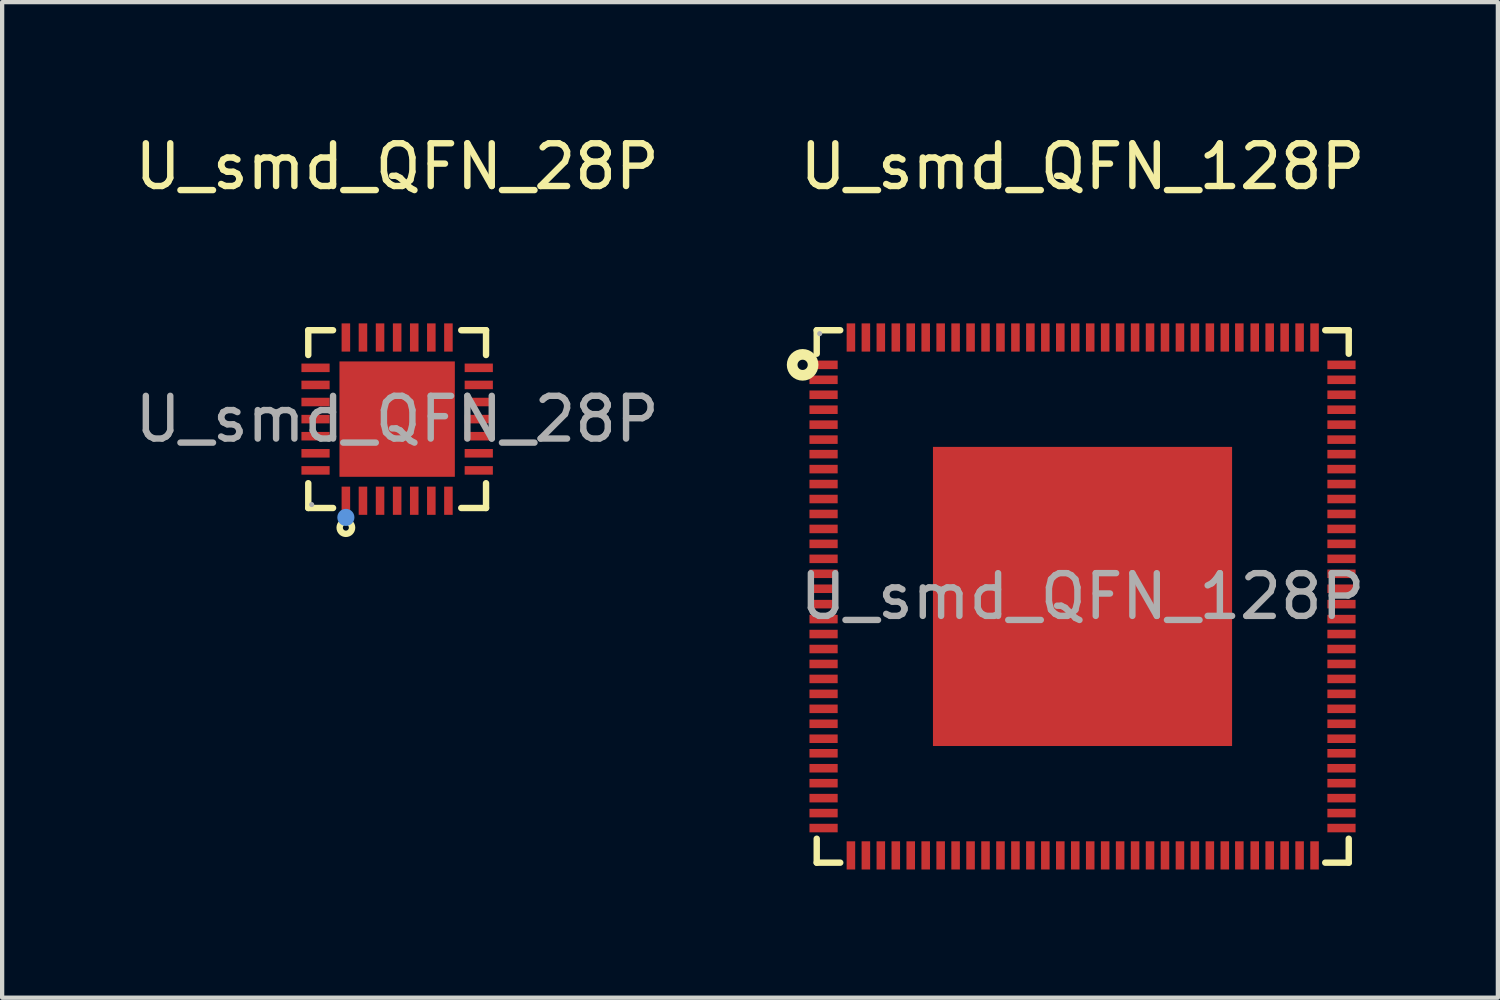
<source format=kicad_pcb>
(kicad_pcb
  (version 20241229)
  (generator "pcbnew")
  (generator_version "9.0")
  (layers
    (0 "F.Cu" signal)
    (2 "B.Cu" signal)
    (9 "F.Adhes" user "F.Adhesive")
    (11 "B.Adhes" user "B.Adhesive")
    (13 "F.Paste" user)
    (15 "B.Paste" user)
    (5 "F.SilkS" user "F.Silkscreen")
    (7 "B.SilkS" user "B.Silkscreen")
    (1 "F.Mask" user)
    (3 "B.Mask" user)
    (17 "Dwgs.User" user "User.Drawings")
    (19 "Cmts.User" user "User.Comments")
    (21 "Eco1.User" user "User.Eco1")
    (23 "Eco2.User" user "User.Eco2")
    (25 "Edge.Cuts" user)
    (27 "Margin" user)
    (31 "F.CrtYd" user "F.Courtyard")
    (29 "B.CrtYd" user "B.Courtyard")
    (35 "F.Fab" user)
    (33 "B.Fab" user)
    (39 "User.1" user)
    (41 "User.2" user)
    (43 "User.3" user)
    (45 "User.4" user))
  (footprint "U_smd_QFN_28P"
    (layer "F.Cu")
    (at 6.244 6.758)
    (property "Reference" "U_smd_QFN_28P" (at 0 -5.91 0) (layer "F.SilkS") (effects (font (size 1 1) (thickness 0.15))))
    (attr smd)
    (fp_line (start -2.08 -2.08) (end -1.5 -2.08) (stroke (width 0.15) (type solid)) (layer "F.SilkS"))
    (fp_line (start -2.08 -1.5) (end -2.08 -2.08) (stroke (width 0.15) (type solid)) (layer "F.SilkS"))
    (fp_line (start -2.08 1.5) (end -2.08 2.08) (stroke (width 0.15) (type solid)) (layer "F.SilkS"))
    (fp_line (start -2.08 2.08) (end -1.5 2.08) (stroke (width 0.15) (type solid)) (layer "F.SilkS"))
    (fp_line (start 2.08 -2.08) (end 1.5 -2.08) (stroke (width 0.15) (type solid)) (layer "F.SilkS"))
    (fp_line (start 2.08 -1.5) (end 2.08 -2.08) (stroke (width 0.15) (type solid)) (layer "F.SilkS"))
    (fp_line (start 2.08 1.5) (end 2.08 2.08) (stroke (width 0.15) (type solid)) (layer "F.SilkS"))
    (fp_line (start 2.08 2.08) (end 1.5 2.08) (stroke (width 0.15) (type solid)) (layer "F.SilkS"))
    (fp_circle (center -1.2 2.54) (end -1.13 2.54) (stroke (width 0.15) (type solid)) (fill no) (layer "F.SilkS"))
    (fp_circle (center -1.2 2.3) (end -1.1 2.3) (stroke (width 0.2) (type solid)) (fill no) (layer "Cmts.User"))
    (fp_circle (center -2 2) (end -1.97 2) (stroke (width 0.06) (type solid)) (fill no) (layer "F.Fab"))
    (fp_text user "${REFERENCE}" (at 0 0 0) (layer "F.Fab") (effects (font (size 1 1) (thickness 0.15))))
    (pad "1" smd rect (at -1.2 1.91) (size 0.2 0.66) (layers "F.Cu" "F.Mask" "F.Paste"))
    (pad "2" smd rect (at -0.8 1.91) (size 0.2 0.66) (layers "F.Cu" "F.Mask" "F.Paste"))
    (pad "3" smd rect (at -0.4 1.91) (size 0.2 0.66) (layers "F.Cu" "F.Mask" "F.Paste"))
    (pad "4" smd rect (at 0 1.91) (size 0.2 0.66) (layers "F.Cu" "F.Mask" "F.Paste"))
    (pad "5" smd rect (at 0.4 1.91) (size 0.2 0.66) (layers "F.Cu" "F.Mask" "F.Paste"))
    (pad "6" smd rect (at 0.8 1.91) (size 0.2 0.66) (layers "F.Cu" "F.Mask" "F.Paste"))
    (pad "7" smd rect (at 1.2 1.91) (size 0.2 0.66) (layers "F.Cu" "F.Mask" "F.Paste"))
    (pad "8" smd rect (at 1.91 1.2) (size 0.66 0.2) (layers "F.Cu" "F.Mask" "F.Paste"))
    (pad "9" smd rect (at 1.91 0.8) (size 0.66 0.2) (layers "F.Cu" "F.Mask" "F.Paste"))
    (pad "10" smd rect (at 1.91 0.4) (size 0.66 0.2) (layers "F.Cu" "F.Mask" "F.Paste"))
    (pad "11" smd rect (at 1.91 0) (size 0.66 0.2) (layers "F.Cu" "F.Mask" "F.Paste"))
    (pad "12" smd rect (at 1.91 -0.4) (size 0.66 0.2) (layers "F.Cu" "F.Mask" "F.Paste"))
    (pad "13" smd rect (at 1.91 -0.8) (size 0.66 0.2) (layers "F.Cu" "F.Mask" "F.Paste"))
    (pad "14" smd rect (at 1.91 -1.2) (size 0.66 0.2) (layers "F.Cu" "F.Mask" "F.Paste"))
    (pad "15" smd rect (at 1.2 -1.91) (size 0.2 0.66) (layers "F.Cu" "F.Mask" "F.Paste"))
    (pad "16" smd rect (at 0.8 -1.91) (size 0.2 0.66) (layers "F.Cu" "F.Mask" "F.Paste"))
    (pad "17" smd rect (at 0.4 -1.91) (size 0.2 0.66) (layers "F.Cu" "F.Mask" "F.Paste"))
    (pad "18" smd rect (at 0 -1.91) (size 0.2 0.66) (layers "F.Cu" "F.Mask" "F.Paste"))
    (pad "19" smd rect (at -0.4 -1.91) (size 0.2 0.66) (layers "F.Cu" "F.Mask" "F.Paste"))
    (pad "20" smd rect (at -0.8 -1.91) (size 0.2 0.66) (layers "F.Cu" "F.Mask" "F.Paste"))
    (pad "21" smd rect (at -1.2 -1.91) (size 0.2 0.66) (layers "F.Cu" "F.Mask" "F.Paste"))
    (pad "22" smd rect (at -1.91 -1.2) (size 0.66 0.2) (layers "F.Cu" "F.Mask" "F.Paste"))
    (pad "23" smd rect (at -1.91 -0.8) (size 0.66 0.2) (layers "F.Cu" "F.Mask" "F.Paste"))
    (pad "24" smd rect (at -1.91 -0.4) (size 0.66 0.2) (layers "F.Cu" "F.Mask" "F.Paste"))
    (pad "25" smd rect (at -1.91 0) (size 0.66 0.2) (layers "F.Cu" "F.Mask" "F.Paste"))
    (pad "26" smd rect (at -1.91 0.4) (size 0.66 0.2) (layers "F.Cu" "F.Mask" "F.Paste"))
    (pad "27" smd rect (at -1.91 0.8) (size 0.66 0.2) (layers "F.Cu" "F.Mask" "F.Paste"))
    (pad "28" smd rect (at -1.91 1.2) (size 0.66 0.2) (layers "F.Cu" "F.Mask" "F.Paste"))
    (pad "29" smd rect (at 0 0) (size 2.7 2.7) (layers "F.Cu" "F.Mask" "F.Paste")))
  (footprint "U_smd_QFN_128P"
    (layer "F.Cu")
    (at 22.283 10.908)
    (property "Reference" "U_smd_QFN_128P" (at 0 -10.06 0) (layer "F.SilkS") (effects (font (size 1 1) (thickness 0.15))))
    (attr smd)
    (fp_line (start -6.22 -6.23) (end -5.67 -6.23) (stroke (width 0.15) (type solid)) (layer "F.SilkS"))
    (fp_line (start -6.22 -5.68) (end -6.22 -6.23) (stroke (width 0.15) (type solid)) (layer "F.SilkS"))
    (fp_line (start -6.22 5.67) (end -6.22 6.23) (stroke (width 0.15) (type solid)) (layer "F.SilkS"))
    (fp_line (start -6.22 6.23) (end -5.67 6.23) (stroke (width 0.15) (type solid)) (layer "F.SilkS"))
    (fp_line (start 6.23 -6.23) (end 5.68 -6.23) (stroke (width 0.15) (type solid)) (layer "F.SilkS"))
    (fp_line (start 6.23 -5.68) (end 6.23 -6.23) (stroke (width 0.15) (type solid)) (layer "F.SilkS"))
    (fp_line (start 6.23 5.67) (end 6.23 6.23) (stroke (width 0.15) (type solid)) (layer "F.SilkS"))
    (fp_line (start 6.23 6.23) (end 5.68 6.23) (stroke (width 0.15) (type solid)) (layer "F.SilkS"))
    (fp_circle (center -6.55 -5.42) (end -6.43 -5.42) (stroke (width 0.25) (type solid)) (fill no) (layer "F.SilkS"))
    (fp_circle (center -6.15 -6.15) (end -6.12 -6.15) (stroke (width 0.06) (type solid)) (fill no) (layer "F.Fab"))
    (fp_text user "${REFERENCE}" (at 0 0 0) (layer "F.Fab") (effects (font (size 1 1) (thickness 0.15))))
    (pad "1" smd rect (at -6.06 -5.42) (size 0.66 0.2) (layers "F.Cu" "F.Mask" "F.Paste"))
    (pad "2" smd rect (at -6.06 -5.07) (size 0.66 0.2) (layers "F.Cu" "F.Mask" "F.Paste"))
    (pad "3" smd rect (at -6.06 -4.72) (size 0.66 0.2) (layers "F.Cu" "F.Mask" "F.Paste"))
    (pad "4" smd rect (at -6.06 -4.37) (size 0.66 0.2) (layers "F.Cu" "F.Mask" "F.Paste"))
    (pad "5" smd rect (at -6.06 -4.02) (size 0.66 0.2) (layers "F.Cu" "F.Mask" "F.Paste"))
    (pad "6" smd rect (at -6.06 -3.67) (size 0.66 0.2) (layers "F.Cu" "F.Mask" "F.Paste"))
    (pad "7" smd rect (at -6.06 -3.33) (size 0.66 0.2) (layers "F.Cu" "F.Mask" "F.Paste"))
    (pad "8" smd rect (at -6.06 -2.98) (size 0.66 0.2) (layers "F.Cu" "F.Mask" "F.Paste"))
    (pad "9" smd rect (at -6.06 -2.63) (size 0.66 0.2) (layers "F.Cu" "F.Mask" "F.Paste"))
    (pad "10" smd rect (at -6.06 -2.28) (size 0.66 0.2) (layers "F.Cu" "F.Mask" "F.Paste"))
    (pad "11" smd rect (at -6.06 -1.93) (size 0.66 0.2) (layers "F.Cu" "F.Mask" "F.Paste"))
    (pad "12" smd rect (at -6.06 -1.58) (size 0.66 0.2) (layers "F.Cu" "F.Mask" "F.Paste"))
    (pad "13" smd rect (at -6.06 -1.23) (size 0.66 0.2) (layers "F.Cu" "F.Mask" "F.Paste"))
    (pad "14" smd rect (at -6.06 -0.88) (size 0.66 0.2) (layers "F.Cu" "F.Mask" "F.Paste"))
    (pad "15" smd rect (at -6.06 -0.53) (size 0.66 0.2) (layers "F.Cu" "F.Mask" "F.Paste"))
    (pad "16" smd rect (at -6.06 -0.18) (size 0.66 0.2) (layers "F.Cu" "F.Mask" "F.Paste"))
    (pad "17" smd rect (at -6.06 0.18) (size 0.66 0.2) (layers "F.Cu" "F.Mask" "F.Paste"))
    (pad "18" smd rect (at -6.06 0.53) (size 0.66 0.2) (layers "F.Cu" "F.Mask" "F.Paste"))
    (pad "19" smd rect (at -6.06 0.88) (size 0.66 0.2) (layers "F.Cu" "F.Mask" "F.Paste"))
    (pad "20" smd rect (at -6.06 1.23) (size 0.66 0.2) (layers "F.Cu" "F.Mask" "F.Paste"))
    (pad "21" smd rect (at -6.06 1.58) (size 0.66 0.2) (layers "F.Cu" "F.Mask" "F.Paste"))
    (pad "22" smd rect (at -6.06 1.93) (size 0.66 0.2) (layers "F.Cu" "F.Mask" "F.Paste"))
    (pad "23" smd rect (at -6.06 2.28) (size 0.66 0.2) (layers "F.Cu" "F.Mask" "F.Paste"))
    (pad "24" smd rect (at -6.06 2.63) (size 0.66 0.2) (layers "F.Cu" "F.Mask" "F.Paste"))
    (pad "25" smd rect (at -6.06 2.98) (size 0.66 0.2) (layers "F.Cu" "F.Mask" "F.Paste"))
    (pad "26" smd rect (at -6.06 3.33) (size 0.66 0.2) (layers "F.Cu" "F.Mask" "F.Paste"))
    (pad "27" smd rect (at -6.06 3.67) (size 0.66 0.2) (layers "F.Cu" "F.Mask" "F.Paste"))
    (pad "28" smd rect (at -6.06 4.02) (size 0.66 0.2) (layers "F.Cu" "F.Mask" "F.Paste"))
    (pad "29" smd rect (at -6.06 4.37) (size 0.66 0.2) (layers "F.Cu" "F.Mask" "F.Paste"))
    (pad "30" smd rect (at -6.06 4.72) (size 0.66 0.2) (layers "F.Cu" "F.Mask" "F.Paste"))
    (pad "31" smd rect (at -6.06 5.07) (size 0.66 0.2) (layers "F.Cu" "F.Mask" "F.Paste"))
    (pad "32" smd rect (at -6.06 5.42) (size 0.66 0.2) (layers "F.Cu" "F.Mask" "F.Paste"))
    (pad "33" smd rect (at -5.42 6.06) (size 0.2 0.66) (layers "F.Cu" "F.Mask" "F.Paste"))
    (pad "34" smd rect (at -5.07 6.06) (size 0.2 0.66) (layers "F.Cu" "F.Mask" "F.Paste"))
    (pad "35" smd rect (at -4.72 6.06) (size 0.2 0.66) (layers "F.Cu" "F.Mask" "F.Paste"))
    (pad "36" smd rect (at -4.37 6.06) (size 0.2 0.66) (layers "F.Cu" "F.Mask" "F.Paste"))
    (pad "37" smd rect (at -4.02 6.06) (size 0.2 0.66) (layers "F.Cu" "F.Mask" "F.Paste"))
    (pad "38" smd rect (at -3.67 6.06) (size 0.2 0.66) (layers "F.Cu" "F.Mask" "F.Paste"))
    (pad "39" smd rect (at -3.32 6.06) (size 0.2 0.66) (layers "F.Cu" "F.Mask" "F.Paste"))
    (pad "40" smd rect (at -2.97 6.06) (size 0.2 0.66) (layers "F.Cu" "F.Mask" "F.Paste"))
    (pad "41" smd rect (at -2.62 6.06) (size 0.2 0.66) (layers "F.Cu" "F.Mask" "F.Paste"))
    (pad "42" smd rect (at -2.27 6.06) (size 0.2 0.66) (layers "F.Cu" "F.Mask" "F.Paste"))
    (pad "43" smd rect (at -1.92 6.06) (size 0.2 0.66) (layers "F.Cu" "F.Mask" "F.Paste"))
    (pad "44" smd rect (at -1.57 6.06) (size 0.2 0.66) (layers "F.Cu" "F.Mask" "F.Paste"))
    (pad "45" smd rect (at -1.22 6.06) (size 0.2 0.66) (layers "F.Cu" "F.Mask" "F.Paste"))
    (pad "46" smd rect (at -0.87 6.06) (size 0.2 0.66) (layers "F.Cu" "F.Mask" "F.Paste"))
    (pad "47" smd rect (at -0.52 6.06) (size 0.2 0.66) (layers "F.Cu" "F.Mask" "F.Paste"))
    (pad "48" smd rect (at -0.17 6.06) (size 0.2 0.66) (layers "F.Cu" "F.Mask" "F.Paste"))
    (pad "49" smd rect (at 0.18 6.06) (size 0.2 0.66) (layers "F.Cu" "F.Mask" "F.Paste"))
    (pad "50" smd rect (at 0.53 6.06) (size 0.2 0.66) (layers "F.Cu" "F.Mask" "F.Paste"))
    (pad "51" smd rect (at 0.88 6.06) (size 0.2 0.66) (layers "F.Cu" "F.Mask" "F.Paste"))
    (pad "52" smd rect (at 1.23 6.06) (size 0.2 0.66) (layers "F.Cu" "F.Mask" "F.Paste"))
    (pad "53" smd rect (at 1.58 6.06) (size 0.2 0.66) (layers "F.Cu" "F.Mask" "F.Paste"))
    (pad "54" smd rect (at 1.93 6.06) (size 0.2 0.66) (layers "F.Cu" "F.Mask" "F.Paste"))
    (pad "55" smd rect (at 2.28 6.06) (size 0.2 0.66) (layers "F.Cu" "F.Mask" "F.Paste"))
    (pad "56" smd rect (at 2.63 6.06) (size 0.2 0.66) (layers "F.Cu" "F.Mask" "F.Paste"))
    (pad "57" smd rect (at 2.98 6.06) (size 0.2 0.66) (layers "F.Cu" "F.Mask" "F.Paste"))
    (pad "58" smd rect (at 3.33 6.06) (size 0.2 0.66) (layers "F.Cu" "F.Mask" "F.Paste"))
    (pad "59" smd rect (at 3.67 6.06) (size 0.2 0.66) (layers "F.Cu" "F.Mask" "F.Paste"))
    (pad "60" smd rect (at 4.03 6.06) (size 0.2 0.66) (layers "F.Cu" "F.Mask" "F.Paste"))
    (pad "61" smd rect (at 4.38 6.06) (size 0.2 0.66) (layers "F.Cu" "F.Mask" "F.Paste"))
    (pad "62" smd rect (at 4.73 6.06) (size 0.2 0.66) (layers "F.Cu" "F.Mask" "F.Paste"))
    (pad "63" smd rect (at 5.08 6.06) (size 0.2 0.66) (layers "F.Cu" "F.Mask" "F.Paste"))
    (pad "64" smd rect (at 5.43 6.06) (size 0.2 0.66) (layers "F.Cu" "F.Mask" "F.Paste"))
    (pad "65" smd rect (at 6.06 5.42) (size 0.66 0.2) (layers "F.Cu" "F.Mask" "F.Paste"))
    (pad "66" smd rect (at 6.06 5.07) (size 0.66 0.2) (layers "F.Cu" "F.Mask" "F.Paste"))
    (pad "67" smd rect (at 6.06 4.72) (size 0.66 0.2) (layers "F.Cu" "F.Mask" "F.Paste"))
    (pad "68" smd rect (at 6.06 4.37) (size 0.66 0.2) (layers "F.Cu" "F.Mask" "F.Paste"))
    (pad "69" smd rect (at 6.06 4.02) (size 0.66 0.2) (layers "F.Cu" "F.Mask" "F.Paste"))
    (pad "70" smd rect (at 6.06 3.67) (size 0.66 0.2) (layers "F.Cu" "F.Mask" "F.Paste"))
    (pad "71" smd rect (at 6.06 3.33) (size 0.66 0.2) (layers "F.Cu" "F.Mask" "F.Paste"))
    (pad "72" smd rect (at 6.06 2.98) (size 0.66 0.2) (layers "F.Cu" "F.Mask" "F.Paste"))
    (pad "73" smd rect (at 6.06 2.63) (size 0.66 0.2) (layers "F.Cu" "F.Mask" "F.Paste"))
    (pad "74" smd rect (at 6.06 2.28) (size 0.66 0.2) (layers "F.Cu" "F.Mask" "F.Paste"))
    (pad "75" smd rect (at 6.06 1.93) (size 0.66 0.2) (layers "F.Cu" "F.Mask" "F.Paste"))
    (pad "76" smd rect (at 6.06 1.58) (size 0.66 0.2) (layers "F.Cu" "F.Mask" "F.Paste"))
    (pad "77" smd rect (at 6.06 1.23) (size 0.66 0.2) (layers "F.Cu" "F.Mask" "F.Paste"))
    (pad "78" smd rect (at 6.06 0.88) (size 0.66 0.2) (layers "F.Cu" "F.Mask" "F.Paste"))
    (pad "79" smd rect (at 6.06 0.53) (size 0.66 0.2) (layers "F.Cu" "F.Mask" "F.Paste"))
    (pad "80" smd rect (at 6.06 0.18) (size 0.66 0.2) (layers "F.Cu" "F.Mask" "F.Paste"))
    (pad "81" smd rect (at 6.06 -0.18) (size 0.66 0.2) (layers "F.Cu" "F.Mask" "F.Paste"))
    (pad "82" smd rect (at 6.06 -0.53) (size 0.66 0.2) (layers "F.Cu" "F.Mask" "F.Paste"))
    (pad "83" smd rect (at 6.06 -0.88) (size 0.66 0.2) (layers "F.Cu" "F.Mask" "F.Paste"))
    (pad "84" smd rect (at 6.06 -1.23) (size 0.66 0.2) (layers "F.Cu" "F.Mask" "F.Paste"))
    (pad "85" smd rect (at 6.06 -1.58) (size 0.66 0.2) (layers "F.Cu" "F.Mask" "F.Paste"))
    (pad "86" smd rect (at 6.06 -1.93) (size 0.66 0.2) (layers "F.Cu" "F.Mask" "F.Paste"))
    (pad "87" smd rect (at 6.06 -2.28) (size 0.66 0.2) (layers "F.Cu" "F.Mask" "F.Paste"))
    (pad "88" smd rect (at 6.06 -2.63) (size 0.66 0.2) (layers "F.Cu" "F.Mask" "F.Paste"))
    (pad "89" smd rect (at 6.06 -2.98) (size 0.66 0.2) (layers "F.Cu" "F.Mask" "F.Paste"))
    (pad "90" smd rect (at 6.06 -3.33) (size 0.66 0.2) (layers "F.Cu" "F.Mask" "F.Paste"))
    (pad "91" smd rect (at 6.06 -3.67) (size 0.66 0.2) (layers "F.Cu" "F.Mask" "F.Paste"))
    (pad "92" smd rect (at 6.06 -4.02) (size 0.66 0.2) (layers "F.Cu" "F.Mask" "F.Paste"))
    (pad "93" smd rect (at 6.06 -4.37) (size 0.66 0.2) (layers "F.Cu" "F.Mask" "F.Paste"))
    (pad "94" smd rect (at 6.06 -4.72) (size 0.66 0.2) (layers "F.Cu" "F.Mask" "F.Paste"))
    (pad "95" smd rect (at 6.06 -5.07) (size 0.66 0.2) (layers "F.Cu" "F.Mask" "F.Paste"))
    (pad "96" smd rect (at 6.06 -5.42) (size 0.66 0.2) (layers "F.Cu" "F.Mask" "F.Paste"))
    (pad "97" smd rect (at 5.43 -6.06) (size 0.2 0.66) (layers "F.Cu" "F.Mask" "F.Paste"))
    (pad "98" smd rect (at 5.08 -6.06) (size 0.2 0.66) (layers "F.Cu" "F.Mask" "F.Paste"))
    (pad "99" smd rect (at 4.73 -6.06) (size 0.2 0.66) (layers "F.Cu" "F.Mask" "F.Paste"))
    (pad "100" smd rect (at 4.38 -6.06) (size 0.2 0.66) (layers "F.Cu" "F.Mask" "F.Paste"))
    (pad "101" smd rect (at 4.03 -6.06) (size 0.2 0.66) (layers "F.Cu" "F.Mask" "F.Paste"))
    (pad "102" smd rect (at 3.67 -6.06) (size 0.2 0.66) (layers "F.Cu" "F.Mask" "F.Paste"))
    (pad "103" smd rect (at 3.33 -6.06) (size 0.2 0.66) (layers "F.Cu" "F.Mask" "F.Paste"))
    (pad "104" smd rect (at 2.98 -6.06) (size 0.2 0.66) (layers "F.Cu" "F.Mask" "F.Paste"))
    (pad "105" smd rect (at 2.63 -6.06) (size 0.2 0.66) (layers "F.Cu" "F.Mask" "F.Paste"))
    (pad "106" smd rect (at 2.28 -6.06) (size 0.2 0.66) (layers "F.Cu" "F.Mask" "F.Paste"))
    (pad "107" smd rect (at 1.93 -6.06) (size 0.2 0.66) (layers "F.Cu" "F.Mask" "F.Paste"))
    (pad "108" smd rect (at 1.58 -6.06) (size 0.2 0.66) (layers "F.Cu" "F.Mask" "F.Paste"))
    (pad "109" smd rect (at 1.23 -6.06) (size 0.2 0.66) (layers "F.Cu" "F.Mask" "F.Paste"))
    (pad "110" smd rect (at 0.88 -6.06) (size 0.2 0.66) (layers "F.Cu" "F.Mask" "F.Paste"))
    (pad "111" smd rect (at 0.53 -6.06) (size 0.2 0.66) (layers "F.Cu" "F.Mask" "F.Paste"))
    (pad "112" smd rect (at 0.18 -6.06) (size 0.2 0.66) (layers "F.Cu" "F.Mask" "F.Paste"))
    (pad "113" smd rect (at -0.17 -6.06) (size 0.2 0.66) (layers "F.Cu" "F.Mask" "F.Paste"))
    (pad "114" smd rect (at -0.52 -6.06) (size 0.2 0.66) (layers "F.Cu" "F.Mask" "F.Paste"))
    (pad "115" smd rect (at -0.87 -6.06) (size 0.2 0.66) (layers "F.Cu" "F.Mask" "F.Paste"))
    (pad "116" smd rect (at -1.22 -6.06) (size 0.2 0.66) (layers "F.Cu" "F.Mask" "F.Paste"))
    (pad "117" smd rect (at -1.57 -6.06) (size 0.2 0.66) (layers "F.Cu" "F.Mask" "F.Paste"))
    (pad "118" smd rect (at -1.92 -6.06) (size 0.2 0.66) (layers "F.Cu" "F.Mask" "F.Paste"))
    (pad "119" smd rect (at -2.27 -6.06) (size 0.2 0.66) (layers "F.Cu" "F.Mask" "F.Paste"))
    (pad "120" smd rect (at -2.62 -6.06) (size 0.2 0.66) (layers "F.Cu" "F.Mask" "F.Paste"))
    (pad "121" smd rect (at -2.97 -6.06) (size 0.2 0.66) (layers "F.Cu" "F.Mask" "F.Paste"))
    (pad "122" smd rect (at -3.32 -6.06) (size 0.2 0.66) (layers "F.Cu" "F.Mask" "F.Paste"))
    (pad "123" smd rect (at -3.67 -6.06) (size 0.2 0.66) (layers "F.Cu" "F.Mask" "F.Paste"))
    (pad "124" smd rect (at -4.02 -6.06) (size 0.2 0.66) (layers "F.Cu" "F.Mask" "F.Paste"))
    (pad "125" smd rect (at -4.37 -6.06) (size 0.2 0.66) (layers "F.Cu" "F.Mask" "F.Paste"))
    (pad "126" smd rect (at -4.72 -6.06) (size 0.2 0.66) (layers "F.Cu" "F.Mask" "F.Paste"))
    (pad "127" smd rect (at -5.07 -6.06) (size 0.2 0.66) (layers "F.Cu" "F.Mask" "F.Paste"))
    (pad "128" smd rect (at -5.42 -6.06) (size 0.2 0.66) (layers "F.Cu" "F.Mask" "F.Paste"))
    (pad "129" smd rect (at 0 0) (size 7 7) (layers "F.Cu" "F.Mask" "F.Paste")))
  (gr_rect
    (start -3 -3)
    (end 32.003 20.298)
    (stroke (width 0.1) (type default))
    (fill no)
    (layer "Edge.Cuts")))
</source>
